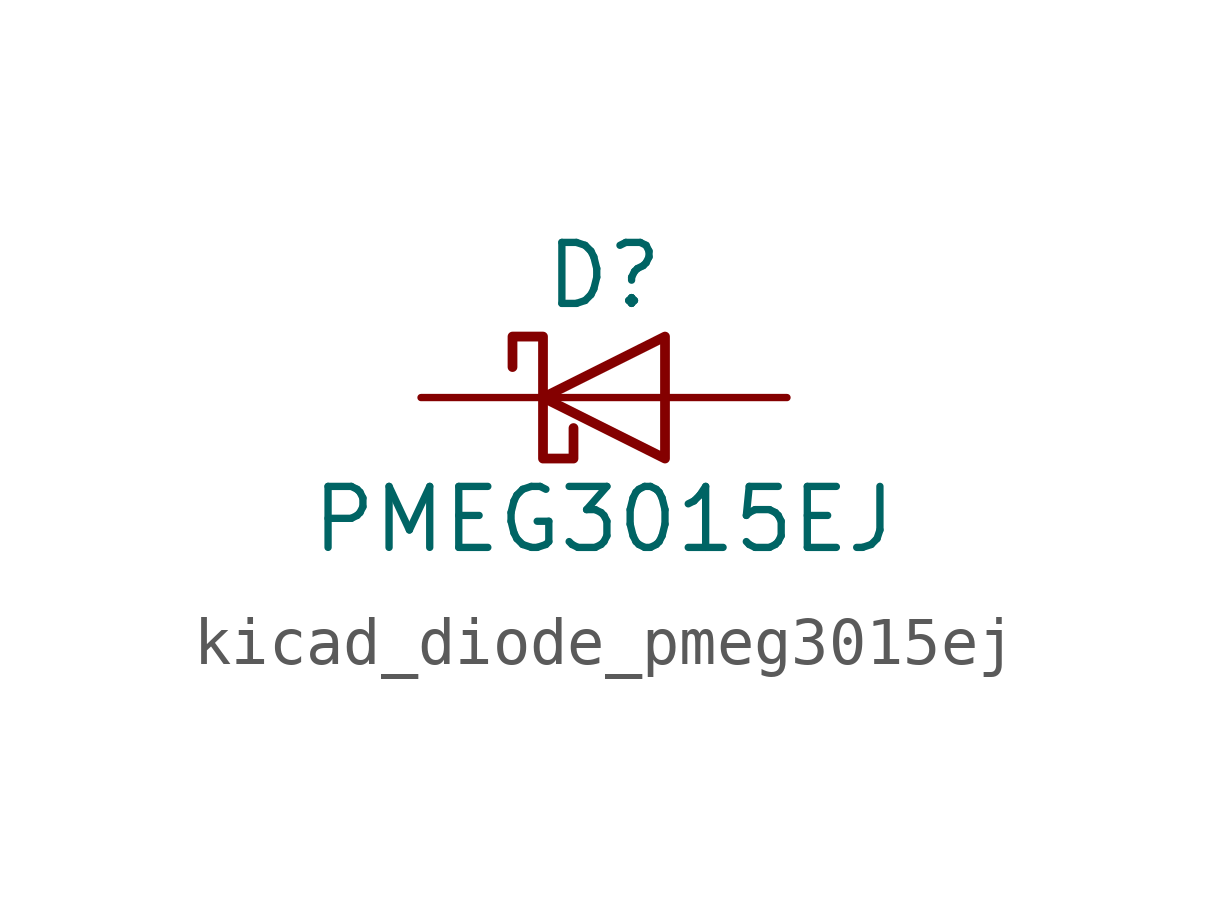
<source format=kicad_sym>
(kicad_symbol_lib
  (version 20220914)
  (generator kicad_symbol_editor)
  (symbol "kicad_diode_pmeg3015ej"
    (pin_numbers hide)
    (pin_names hide)
    (property "Reference" "D"
      (at 0 2.54 0)
      (effects (font (size 1.27 1.27))))
    (property "Value" "PMEG3015EJ"
      (at 0 -2.54 0)
      (effects (font (size 1.27 1.27))))
    (symbol "kicad_diode_pmeg3015ej_0_1"
      (polyline (pts (xy 1.27 0) (xy -1.27 0)) (stroke (width 0) (type default)) (fill (type none)))
      (polyline (pts (xy 1.27 1.27) (xy 1.27 -1.27) (xy -1.27 0) (xy 1.27 1.27)) (stroke (width 0.203) (type default)) (fill (type none)))
      (polyline (pts (xy -1.905 0.635) (xy -1.905 1.27) (xy -1.27 1.27) (xy -1.27 -1.27) (xy -0.635 -1.27) (xy -0.635 -0.635)) (stroke (width 0.203) (type default)) (fill (type none))))
    (symbol "kicad_diode_pmeg3015ej_1_1"
      (pin passive line (at -3.81 0 0) (length 2.54) (name "K" (effects (font (size 1.27 1.27)))) (number "1" (effects (font (size 1.27 1.27)))))
      (pin passive line (at 3.81 0 180) (length 2.54) (name "A" (effects (font (size 1.27 1.27)))) (number "2" (effects (font (size 1.27 1.27))))))))
</source>
